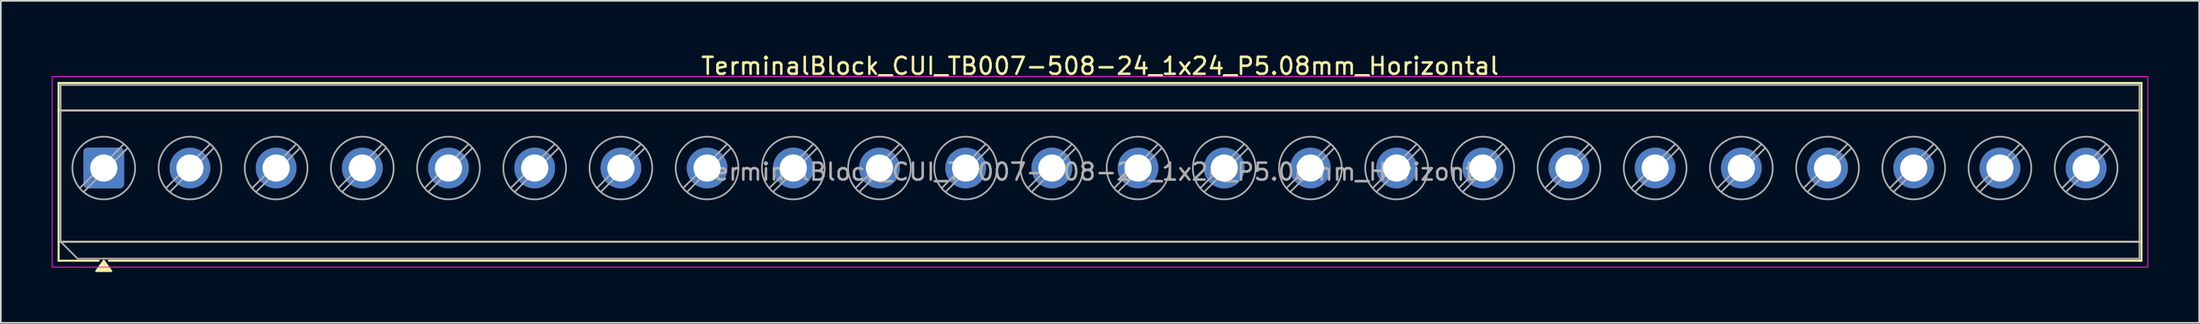
<source format=kicad_pcb>
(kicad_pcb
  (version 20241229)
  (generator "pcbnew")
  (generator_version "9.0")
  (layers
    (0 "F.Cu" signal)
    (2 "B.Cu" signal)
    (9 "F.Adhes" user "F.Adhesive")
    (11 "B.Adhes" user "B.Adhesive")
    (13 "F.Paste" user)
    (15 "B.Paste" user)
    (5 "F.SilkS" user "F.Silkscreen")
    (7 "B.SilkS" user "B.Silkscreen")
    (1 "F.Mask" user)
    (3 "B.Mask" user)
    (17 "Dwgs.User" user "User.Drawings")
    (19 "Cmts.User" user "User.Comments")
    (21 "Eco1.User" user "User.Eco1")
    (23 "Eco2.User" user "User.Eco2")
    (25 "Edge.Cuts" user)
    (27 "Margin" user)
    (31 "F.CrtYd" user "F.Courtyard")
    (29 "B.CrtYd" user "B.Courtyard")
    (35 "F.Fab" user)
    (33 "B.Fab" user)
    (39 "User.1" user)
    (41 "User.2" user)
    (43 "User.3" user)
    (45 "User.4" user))
  (footprint "TerminalBlock_CUI_TB007-508-24_1x24_P5.08mm_Horizontal"
    (layer "F.Cu")
    (at 3.065 6.868)
    (property "Reference" "TerminalBlock_CUI_TB007-508-24_1x24_P5.08mm_Horizontal" (at 58.72 -6.02 0) (layer "F.SilkS") (effects (font (size 1 1) (thickness 0.15))))
    (attr through_hole)
    (fp_line (start -2.66 -5.02) (end 120.1 -5.02) (stroke (width 0.12) (type solid)) (layer "F.SilkS"))
    (fp_line (start -2.66 -3.4) (end 120.1 -3.4) (stroke (width 0.12) (type solid)) (layer "F.SilkS"))
    (fp_line (start -2.66 4.35) (end 120.1 4.35) (stroke (width 0.12) (type solid)) (layer "F.SilkS"))
    (fp_line (start -2.66 5.47) (end -2.66 -5.02) (stroke (width 0.12) (type solid)) (layer "F.SilkS"))
    (fp_line (start -0.3 5.47) (end -2.66 5.47) (stroke (width 0.12) (type solid)) (layer "F.SilkS"))
    (fp_line (start 120.1 -5.02) (end 120.1 5.47) (stroke (width 0.12) (type solid)) (layer "F.SilkS"))
    (fp_line (start 120.1 5.47) (end 0.3 5.47) (stroke (width 0.12) (type solid)) (layer "F.SilkS"))
    (fp_poly (pts (xy 0 5.47) (xy 0.44 6.08) (xy -0.44 6.08)) (stroke (width 0.12) (type solid)) (fill yes) (layer "F.SilkS"))
    (fp_line (start -3.04 -5.4) (end -3.04 5.85) (stroke (width 0.05) (type solid)) (layer "F.CrtYd"))
    (fp_line (start -3.04 5.85) (end 120.48 5.85) (stroke (width 0.05) (type solid)) (layer "F.CrtYd"))
    (fp_line (start 120.48 -5.4) (end -3.04 -5.4) (stroke (width 0.05) (type solid)) (layer "F.CrtYd"))
    (fp_line (start 120.48 5.85) (end 120.48 -5.4) (stroke (width 0.05) (type solid)) (layer "F.CrtYd"))
    (fp_line (start -2.54 -4.9) (end 119.98 -4.9) (stroke (width 0.1) (type solid)) (layer "F.Fab"))
    (fp_line (start -2.54 -3.4) (end 119.98 -3.4) (stroke (width 0.1) (type solid)) (layer "F.Fab"))
    (fp_line (start -2.54 4.35) (end -2.54 -4.9) (stroke (width 0.1) (type solid)) (layer "F.Fab"))
    (fp_line (start -2.54 4.35) (end 119.98 4.35) (stroke (width 0.1) (type solid)) (layer "F.Fab"))
    (fp_line (start -1.54 5.35) (end -2.54 4.35) (stroke (width 0.1) (type solid)) (layer "F.Fab"))
    (fp_line (start 1.177 -1.403) (end -1.403 1.177) (stroke (width 0.1) (type solid)) (layer "F.Fab"))
    (fp_line (start 1.403 -1.177) (end -1.177 1.403) (stroke (width 0.1) (type solid)) (layer "F.Fab"))
    (fp_line (start 6.257 -1.403) (end 3.677 1.177) (stroke (width 0.1) (type solid)) (layer "F.Fab"))
    (fp_line (start 6.483 -1.177) (end 3.903 1.403) (stroke (width 0.1) (type solid)) (layer "F.Fab"))
    (fp_line (start 11.337 -1.403) (end 8.757 1.177) (stroke (width 0.1) (type solid)) (layer "F.Fab"))
    (fp_line (start 11.563 -1.177) (end 8.983 1.403) (stroke (width 0.1) (type solid)) (layer "F.Fab"))
    (fp_line (start 16.417 -1.403) (end 13.837 1.177) (stroke (width 0.1) (type solid)) (layer "F.Fab"))
    (fp_line (start 16.643 -1.177) (end 14.063 1.403) (stroke (width 0.1) (type solid)) (layer "F.Fab"))
    (fp_line (start 21.497 -1.403) (end 18.917 1.177) (stroke (width 0.1) (type solid)) (layer "F.Fab"))
    (fp_line (start 21.723 -1.177) (end 19.143 1.403) (stroke (width 0.1) (type solid)) (layer "F.Fab"))
    (fp_line (start 26.577 -1.403) (end 23.997 1.177) (stroke (width 0.1) (type solid)) (layer "F.Fab"))
    (fp_line (start 26.803 -1.177) (end 24.223 1.403) (stroke (width 0.1) (type solid)) (layer "F.Fab"))
    (fp_line (start 31.657 -1.403) (end 29.077 1.177) (stroke (width 0.1) (type solid)) (layer "F.Fab"))
    (fp_line (start 31.883 -1.177) (end 29.303 1.403) (stroke (width 0.1) (type solid)) (layer "F.Fab"))
    (fp_line (start 36.737 -1.403) (end 34.157 1.177) (stroke (width 0.1) (type solid)) (layer "F.Fab"))
    (fp_line (start 36.963 -1.177) (end 34.383 1.403) (stroke (width 0.1) (type solid)) (layer "F.Fab"))
    (fp_line (start 41.817 -1.403) (end 39.237 1.177) (stroke (width 0.1) (type solid)) (layer "F.Fab"))
    (fp_line (start 42.043 -1.177) (end 39.463 1.403) (stroke (width 0.1) (type solid)) (layer "F.Fab"))
    (fp_line (start 46.897 -1.403) (end 44.317 1.177) (stroke (width 0.1) (type solid)) (layer "F.Fab"))
    (fp_line (start 47.123 -1.177) (end 44.543 1.403) (stroke (width 0.1) (type solid)) (layer "F.Fab"))
    (fp_line (start 51.977 -1.403) (end 49.397 1.177) (stroke (width 0.1) (type solid)) (layer "F.Fab"))
    (fp_line (start 52.203 -1.177) (end 49.623 1.403) (stroke (width 0.1) (type solid)) (layer "F.Fab"))
    (fp_line (start 57.057 -1.403) (end 54.477 1.177) (stroke (width 0.1) (type solid)) (layer "F.Fab"))
    (fp_line (start 57.283 -1.177) (end 54.703 1.403) (stroke (width 0.1) (type solid)) (layer "F.Fab"))
    (fp_line (start 62.137 -1.403) (end 59.557 1.177) (stroke (width 0.1) (type solid)) (layer "F.Fab"))
    (fp_line (start 62.363 -1.177) (end 59.783 1.403) (stroke (width 0.1) (type solid)) (layer "F.Fab"))
    (fp_line (start 67.217 -1.403) (end 64.637 1.177) (stroke (width 0.1) (type solid)) (layer "F.Fab"))
    (fp_line (start 67.443 -1.177) (end 64.863 1.403) (stroke (width 0.1) (type solid)) (layer "F.Fab"))
    (fp_line (start 72.297 -1.403) (end 69.717 1.177) (stroke (width 0.1) (type solid)) (layer "F.Fab"))
    (fp_line (start 72.523 -1.177) (end 69.943 1.403) (stroke (width 0.1) (type solid)) (layer "F.Fab"))
    (fp_line (start 77.377 -1.403) (end 74.797 1.177) (stroke (width 0.1) (type solid)) (layer "F.Fab"))
    (fp_line (start 77.603 -1.177) (end 75.023 1.403) (stroke (width 0.1) (type solid)) (layer "F.Fab"))
    (fp_line (start 82.457 -1.403) (end 79.877 1.177) (stroke (width 0.1) (type solid)) (layer "F.Fab"))
    (fp_line (start 82.683 -1.177) (end 80.103 1.403) (stroke (width 0.1) (type solid)) (layer "F.Fab"))
    (fp_line (start 87.537 -1.403) (end 84.957 1.177) (stroke (width 0.1) (type solid)) (layer "F.Fab"))
    (fp_line (start 87.763 -1.177) (end 85.183 1.403) (stroke (width 0.1) (type solid)) (layer "F.Fab"))
    (fp_line (start 92.617 -1.403) (end 90.037 1.177) (stroke (width 0.1) (type solid)) (layer "F.Fab"))
    (fp_line (start 92.843 -1.177) (end 90.263 1.403) (stroke (width 0.1) (type solid)) (layer "F.Fab"))
    (fp_line (start 97.697 -1.403) (end 95.117 1.177) (stroke (width 0.1) (type solid)) (layer "F.Fab"))
    (fp_line (start 97.923 -1.177) (end 95.343 1.403) (stroke (width 0.1) (type solid)) (layer "F.Fab"))
    (fp_line (start 102.777 -1.403) (end 100.197 1.177) (stroke (width 0.1) (type solid)) (layer "F.Fab"))
    (fp_line (start 103.003 -1.177) (end 100.423 1.403) (stroke (width 0.1) (type solid)) (layer "F.Fab"))
    (fp_line (start 107.857 -1.403) (end 105.277 1.177) (stroke (width 0.1) (type solid)) (layer "F.Fab"))
    (fp_line (start 108.083 -1.177) (end 105.503 1.403) (stroke (width 0.1) (type solid)) (layer "F.Fab"))
    (fp_line (start 112.937 -1.403) (end 110.357 1.177) (stroke (width 0.1) (type solid)) (layer "F.Fab"))
    (fp_line (start 113.163 -1.177) (end 110.583 1.403) (stroke (width 0.1) (type solid)) (layer "F.Fab"))
    (fp_line (start 118.017 -1.403) (end 115.437 1.177) (stroke (width 0.1) (type solid)) (layer "F.Fab"))
    (fp_line (start 118.243 -1.177) (end 115.663 1.403) (stroke (width 0.1) (type solid)) (layer "F.Fab"))
    (fp_line (start 119.98 -4.9) (end 119.98 5.35) (stroke (width 0.1) (type solid)) (layer "F.Fab"))
    (fp_line (start 119.98 5.35) (end -1.54 5.35) (stroke (width 0.1) (type solid)) (layer "F.Fab"))
    (fp_circle (center 0 0) (end 1.85 0) (stroke (width 0.1) (type solid)) (fill no) (layer "F.Fab"))
    (fp_circle (center 5.08 0) (end 6.93 0) (stroke (width 0.1) (type solid)) (fill no) (layer "F.Fab"))
    (fp_circle (center 10.16 0) (end 12.01 0) (stroke (width 0.1) (type solid)) (fill no) (layer "F.Fab"))
    (fp_circle (center 15.24 0) (end 17.09 0) (stroke (width 0.1) (type solid)) (fill no) (layer "F.Fab"))
    (fp_circle (center 20.32 0) (end 22.17 0) (stroke (width 0.1) (type solid)) (fill no) (layer "F.Fab"))
    (fp_circle (center 25.4 0) (end 27.25 0) (stroke (width 0.1) (type solid)) (fill no) (layer "F.Fab"))
    (fp_circle (center 30.48 0) (end 32.33 0) (stroke (width 0.1) (type solid)) (fill no) (layer "F.Fab"))
    (fp_circle (center 35.56 0) (end 37.41 0) (stroke (width 0.1) (type solid)) (fill no) (layer "F.Fab"))
    (fp_circle (center 40.64 0) (end 42.49 0) (stroke (width 0.1) (type solid)) (fill no) (layer "F.Fab"))
    (fp_circle (center 45.72 0) (end 47.57 0) (stroke (width 0.1) (type solid)) (fill no) (layer "F.Fab"))
    (fp_circle (center 50.8 0) (end 52.65 0) (stroke (width 0.1) (type solid)) (fill no) (layer "F.Fab"))
    (fp_circle (center 55.88 0) (end 57.73 0) (stroke (width 0.1) (type solid)) (fill no) (layer "F.Fab"))
    (fp_circle (center 60.96 0) (end 62.81 0) (stroke (width 0.1) (type solid)) (fill no) (layer "F.Fab"))
    (fp_circle (center 66.04 0) (end 67.89 0) (stroke (width 0.1) (type solid)) (fill no) (layer "F.Fab"))
    (fp_circle (center 71.12 0) (end 72.97 0) (stroke (width 0.1) (type solid)) (fill no) (layer "F.Fab"))
    (fp_circle (center 76.2 0) (end 78.05 0) (stroke (width 0.1) (type solid)) (fill no) (layer "F.Fab"))
    (fp_circle (center 81.28 0) (end 83.13 0) (stroke (width 0.1) (type solid)) (fill no) (layer "F.Fab"))
    (fp_circle (center 86.36 0) (end 88.21 0) (stroke (width 0.1) (type solid)) (fill no) (layer "F.Fab"))
    (fp_circle (center 91.44 0) (end 93.29 0) (stroke (width 0.1) (type solid)) (fill no) (layer "F.Fab"))
    (fp_circle (center 96.52 0) (end 98.37 0) (stroke (width 0.1) (type solid)) (fill no) (layer "F.Fab"))
    (fp_circle (center 101.6 0) (end 103.45 0) (stroke (width 0.1) (type solid)) (fill no) (layer "F.Fab"))
    (fp_circle (center 106.68 0) (end 108.53 0) (stroke (width 0.1) (type solid)) (fill no) (layer "F.Fab"))
    (fp_circle (center 111.76 0) (end 113.61 0) (stroke (width 0.1) (type solid)) (fill no) (layer "F.Fab"))
    (fp_circle (center 116.84 0) (end 118.69 0) (stroke (width 0.1) (type solid)) (fill no) (layer "F.Fab"))
    (fp_text user "${REFERENCE}" (at 58.72 0.225 0) (layer "F.Fab") (effects (font (size 1 1) (thickness 0.15))))
    (pad "1" thru_hole roundrect (at 0 0) (size 2.4 2.4) (drill 1.6) (layers "*.Cu" "*.Mask") (roundrect_rratio 0.104))
    (pad "2" thru_hole circle (at 5.08 0) (size 2.4 2.4) (drill 1.6) (layers "*.Cu" "*.Mask"))
    (pad "3" thru_hole circle (at 10.16 0) (size 2.4 2.4) (drill 1.6) (layers "*.Cu" "*.Mask"))
    (pad "4" thru_hole circle (at 15.24 0) (size 2.4 2.4) (drill 1.6) (layers "*.Cu" "*.Mask"))
    (pad "5" thru_hole circle (at 20.32 0) (size 2.4 2.4) (drill 1.6) (layers "*.Cu" "*.Mask"))
    (pad "6" thru_hole circle (at 25.4 0) (size 2.4 2.4) (drill 1.6) (layers "*.Cu" "*.Mask"))
    (pad "7" thru_hole circle (at 30.48 0) (size 2.4 2.4) (drill 1.6) (layers "*.Cu" "*.Mask"))
    (pad "8" thru_hole circle (at 35.56 0) (size 2.4 2.4) (drill 1.6) (layers "*.Cu" "*.Mask"))
    (pad "9" thru_hole circle (at 40.64 0) (size 2.4 2.4) (drill 1.6) (layers "*.Cu" "*.Mask"))
    (pad "10" thru_hole circle (at 45.72 0) (size 2.4 2.4) (drill 1.6) (layers "*.Cu" "*.Mask"))
    (pad "11" thru_hole circle (at 50.8 0) (size 2.4 2.4) (drill 1.6) (layers "*.Cu" "*.Mask"))
    (pad "12" thru_hole circle (at 55.88 0) (size 2.4 2.4) (drill 1.6) (layers "*.Cu" "*.Mask"))
    (pad "13" thru_hole circle (at 60.96 0) (size 2.4 2.4) (drill 1.6) (layers "*.Cu" "*.Mask"))
    (pad "14" thru_hole circle (at 66.04 0) (size 2.4 2.4) (drill 1.6) (layers "*.Cu" "*.Mask"))
    (pad "15" thru_hole circle (at 71.12 0) (size 2.4 2.4) (drill 1.6) (layers "*.Cu" "*.Mask"))
    (pad "16" thru_hole circle (at 76.2 0) (size 2.4 2.4) (drill 1.6) (layers "*.Cu" "*.Mask"))
    (pad "17" thru_hole circle (at 81.28 0) (size 2.4 2.4) (drill 1.6) (layers "*.Cu" "*.Mask"))
    (pad "18" thru_hole circle (at 86.36 0) (size 2.4 2.4) (drill 1.6) (layers "*.Cu" "*.Mask"))
    (pad "19" thru_hole circle (at 91.44 0) (size 2.4 2.4) (drill 1.6) (layers "*.Cu" "*.Mask"))
    (pad "20" thru_hole circle (at 96.52 0) (size 2.4 2.4) (drill 1.6) (layers "*.Cu" "*.Mask"))
    (pad "21" thru_hole circle (at 101.6 0) (size 2.4 2.4) (drill 1.6) (layers "*.Cu" "*.Mask"))
    (pad "22" thru_hole circle (at 106.68 0) (size 2.4 2.4) (drill 1.6) (layers "*.Cu" "*.Mask"))
    (pad "23" thru_hole circle (at 111.76 0) (size 2.4 2.4) (drill 1.6) (layers "*.Cu" "*.Mask"))
    (pad "24" thru_hole circle (at 116.84 0) (size 2.4 2.4) (drill 1.6) (layers "*.Cu" "*.Mask")))
  (gr_rect
    (start -3 -3)
    (end 126.57 16.008)
    (stroke (width 0.1) (type default))
    (fill no)
    (layer "Edge.Cuts")))
</source>
